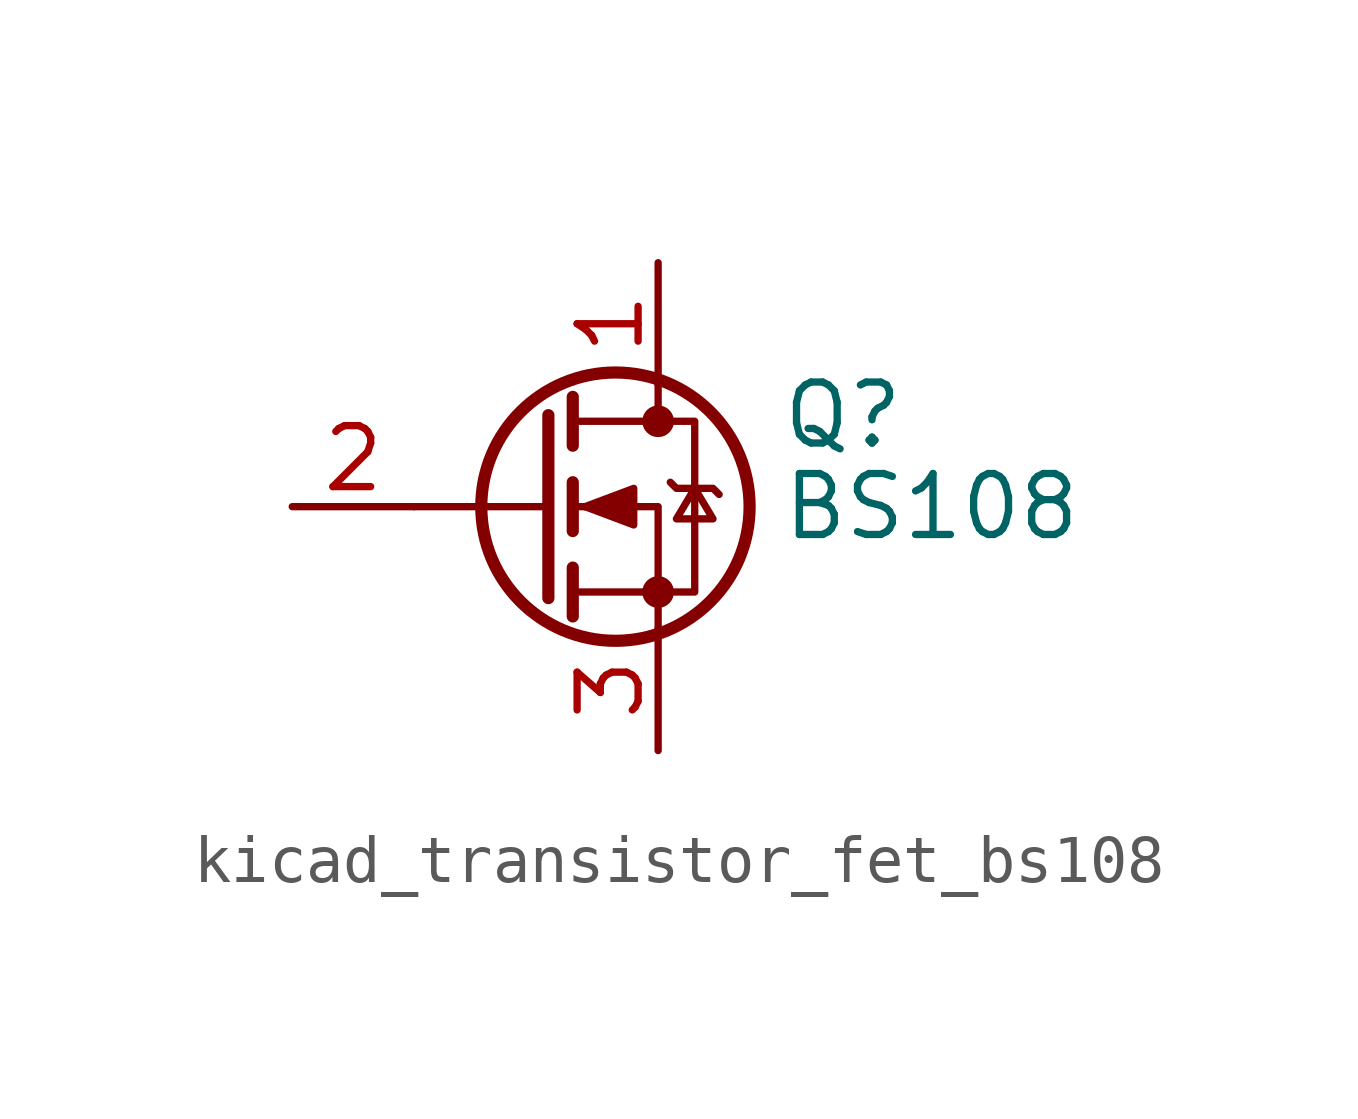
<source format=kicad_sym>
(kicad_symbol_lib
  (version 20220914)
  (generator kicad_symbol_editor)
  (symbol "kicad_transistor_fet_bs108"
    (pin_names hide)
    (property "Reference" "Q"
      (at 5.08 1.905 0)
      (effects (font (size 1.27 1.27)) (justify left)))
    (property "Value" "BS108"
      (at 5.08 0 0)
      (effects (font (size 1.27 1.27)) (justify left)))
    (symbol "kicad_transistor_fet_bs108_0_1"
      (polyline (pts (xy 0.254 0) (xy -2.54 0)) (stroke (width 0) (type default)) (fill (type none)))
      (polyline (pts (xy 0.254 1.905) (xy 0.254 -1.905)) (stroke (width 0.254) (type default)) (fill (type none)))
      (polyline (pts (xy 0.762 -1.27) (xy 0.762 -2.286)) (stroke (width 0.254) (type default)) (fill (type none)))
      (polyline (pts (xy 0.762 0.508) (xy 0.762 -0.508)) (stroke (width 0.254) (type default)) (fill (type none)))
      (polyline (pts (xy 0.762 2.286) (xy 0.762 1.27)) (stroke (width 0.254) (type default)) (fill (type none)))
      (polyline (pts (xy 2.54 2.54) (xy 2.54 1.778)) (stroke (width 0) (type default)) (fill (type none)))
      (polyline (pts (xy 2.54 -2.54) (xy 2.54 0) (xy 0.762 0)) (stroke (width 0) (type default)) (fill (type none)))
      (polyline (pts (xy 0.762 -1.778) (xy 3.302 -1.778) (xy 3.302 1.778) (xy 0.762 1.778)) (stroke (width 0) (type default)) (fill (type none)))
      (polyline (pts (xy 1.016 0) (xy 2.032 0.381) (xy 2.032 -0.381) (xy 1.016 0)) (stroke (width 0) (type default)) (fill (type outline)))
      (polyline (pts (xy 2.794 0.508) (xy 2.921 0.381) (xy 3.683 0.381) (xy 3.81 0.254)) (stroke (width 0) (type default)) (fill (type none)))
      (polyline (pts (xy 3.302 0.381) (xy 2.921 -0.254) (xy 3.683 -0.254) (xy 3.302 0.381)) (stroke (width 0) (type default)) (fill (type none)))
      (circle (center 1.651 0) (radius 2.794) (stroke (width 0.254) (type default)) (fill (type none)))
      (circle (center 2.54 -1.778) (radius 0.254) (stroke (width 0) (type default)) (fill (type outline)))
      (circle (center 2.54 1.778) (radius 0.254) (stroke (width 0) (type default)) (fill (type outline))))
    (symbol "kicad_transistor_fet_bs108_1_1"
      (pin passive line (at 2.54 5.08 270) (length 2.54) (name "D" (effects (font (size 1.27 1.27)))) (number "1" (effects (font (size 1.27 1.27)))))
      (pin input line (at -5.08 0 0) (length 2.54) (name "G" (effects (font (size 1.27 1.27)))) (number "2" (effects (font (size 1.27 1.27)))))
      (pin passive line (at 2.54 -5.08 90) (length 2.54) (name "S" (effects (font (size 1.27 1.27)))) (number "3" (effects (font (size 1.27 1.27))))))))
</source>
